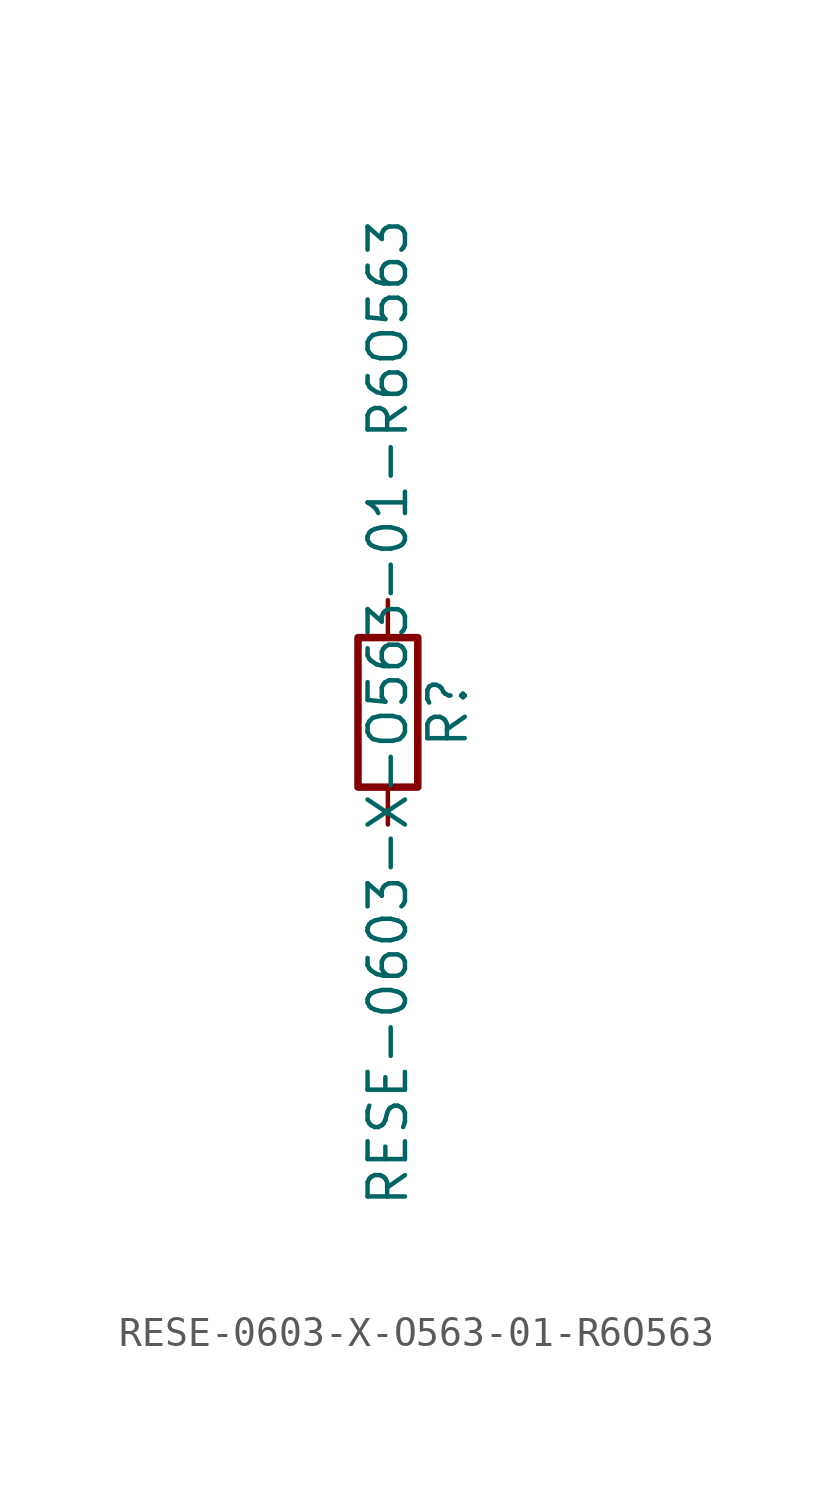
<source format=kicad_sym>
(kicad_symbol_lib
  (version 20211014)
  (generator kicad_symbol_editor)
  (symbol "RESE-0603-X-O563-01-R6O563"
    (pin_numbers hide)
    (pin_names
      (offset 0))
    (property "Reference" "R"
      (at 2.032 0 90)
      (effects (font (size 1.27 1.27))))
    (property "Value" "RESE-0603-X-O563-01-R6O563"
      (at 0 0 90)
      (effects (font (size 1.27 1.27))))
    (symbol "RESE-0603-X-O563-01-R6O563_0_1"
      (rectangle (start -1.016 -2.54) (end 1.016 2.54) (stroke (width 0.254) (type default) (color 0 0 0 0)) (fill (type none))))
    (symbol "RESE-0603-X-O563-01-R6O563_1_1"
      (pin passive line (at 0 3.81 270) (length 1.27) (name "~" (effects (font (size 1.27 1.27)))) (number "1" (effects (font (size 1.27 1.27)))))
      (pin passive line (at 0 -3.81 90) (length 1.27) (name "~" (effects (font (size 1.27 1.27)))) (number "2" (effects (font (size 1.27 1.27))))))))
</source>
